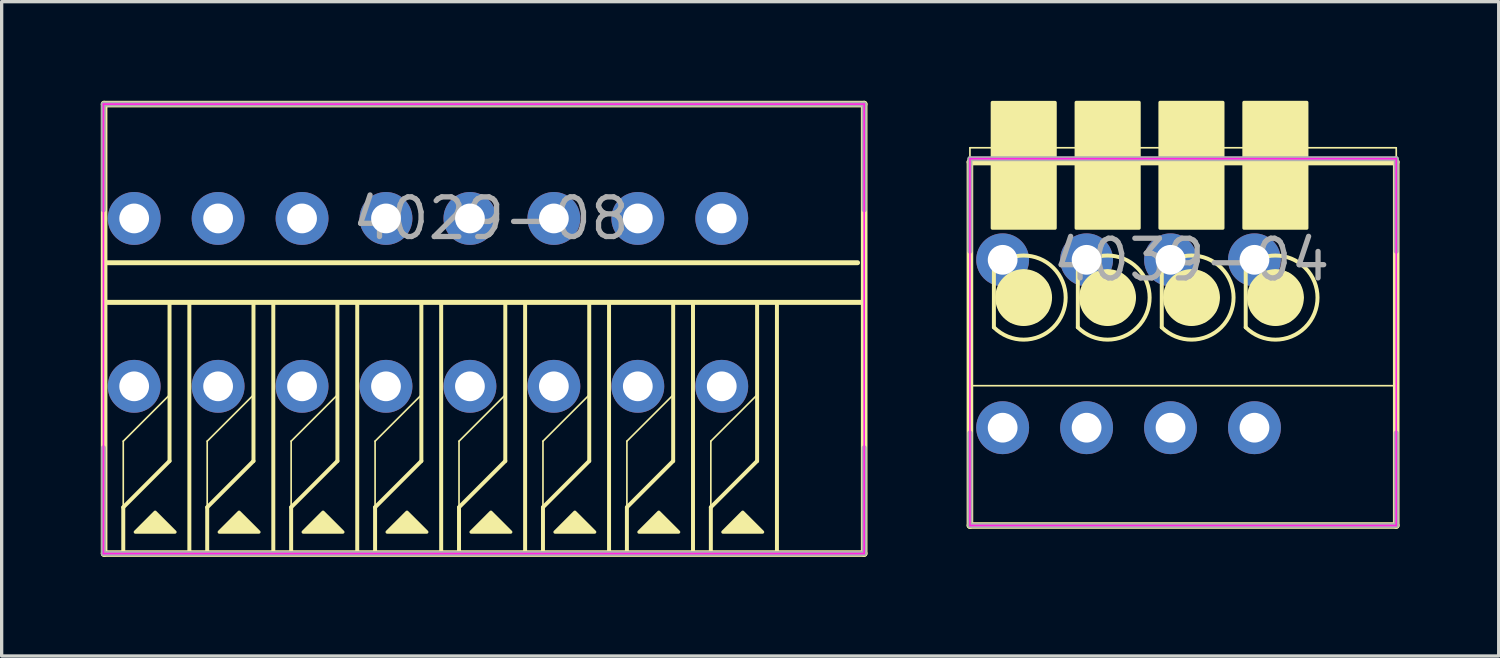
<source format=kicad_pcb>
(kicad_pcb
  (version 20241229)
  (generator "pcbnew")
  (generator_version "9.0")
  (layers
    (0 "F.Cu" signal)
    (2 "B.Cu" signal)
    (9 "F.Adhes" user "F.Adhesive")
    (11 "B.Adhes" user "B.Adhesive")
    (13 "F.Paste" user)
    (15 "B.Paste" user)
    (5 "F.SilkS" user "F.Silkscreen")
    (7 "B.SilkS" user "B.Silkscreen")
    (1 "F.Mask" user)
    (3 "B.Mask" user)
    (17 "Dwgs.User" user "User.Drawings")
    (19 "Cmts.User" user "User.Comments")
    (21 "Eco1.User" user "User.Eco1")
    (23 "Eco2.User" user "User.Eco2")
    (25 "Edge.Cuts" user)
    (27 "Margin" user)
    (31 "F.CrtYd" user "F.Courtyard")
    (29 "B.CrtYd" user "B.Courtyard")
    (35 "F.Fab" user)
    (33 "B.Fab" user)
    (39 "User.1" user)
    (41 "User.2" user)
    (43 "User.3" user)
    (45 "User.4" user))
  (footprint "4039-04"
    (layer "F.Cu")
    (at 31.1 7.352)
    (property "Reference" "4039-04" (at 1.905 -2.54 0) (layer "F.Fab") (effects (font (size 1.2 1.2) (thickness 0.16))))
    (attr through_hole)
    (fp_line (start -4.8 -5.93) (end 8.1 -5.93) (stroke (width 0.05) (type solid)) (layer "F.SilkS"))
    (fp_line (start -4.8 -5.5) (end -4.8 -5.93) (stroke (width 0.05) (type solid)) (layer "F.SilkS"))
    (fp_line (start -4.8 -5.5) (end -4.8 5.5) (stroke (width 0.2) (type solid)) (layer "F.SilkS"))
    (fp_line (start -4.8 -5.5) (end 8.1 -5.5) (stroke (width 0.2) (type solid)) (layer "F.SilkS"))
    (fp_line (start -4.8 1.27) (end 8.1 1.27) (stroke (width 0.05) (type solid)) (layer "F.SilkS"))
    (fp_line (start -4.8 5.5) (end 8.1 5.5) (stroke (width 0.2) (type solid)) (layer "F.SilkS"))
    (fp_line (start -4.075 -2.297) (end -4.075 -0.497) (stroke (width 0.12) (type solid)) (layer "F.SilkS"))
    (fp_line (start -1.535 -2.297) (end -1.535 -0.497) (stroke (width 0.12) (type solid)) (layer "F.SilkS"))
    (fp_line (start 1.005 -2.297) (end 1.005 -0.497) (stroke (width 0.12) (type solid)) (layer "F.SilkS"))
    (fp_line (start 3.545 -2.297) (end 3.545 -0.497) (stroke (width 0.12) (type solid)) (layer "F.SilkS"))
    (fp_line (start 8.1 -5.5) (end 8.1 -5.93) (stroke (width 0.05) (type solid)) (layer "F.SilkS"))
    (fp_line (start 8.1 -5.5) (end 8.1 5.5) (stroke (width 0.2) (type solid)) (layer "F.SilkS"))
    (fp_arc (start -4.074999 -2.296999) (mid -1.902209 -1.397) (end -4.074999 -0.497001) (stroke (width 0.12) (type solid)) (layer "F.SilkS"))
    (fp_arc (start -1.534999 -2.296999) (mid 0.637791 -1.397) (end -1.534999 -0.497001) (stroke (width 0.12) (type solid)) (layer "F.SilkS"))
    (fp_arc (start 1.005001 -2.296999) (mid 3.177791 -1.397) (end 1.005001 -0.497001) (stroke (width 0.12) (type solid)) (layer "F.SilkS"))
    (fp_arc (start 3.545001 -2.296999) (mid 5.717791 -1.397) (end 3.545001 -0.497001) (stroke (width 0.12) (type solid)) (layer "F.SilkS"))
    (fp_circle (center -3.175 -1.397) (end -2.375 -1.397) (stroke (width 0.12) (type solid)) (fill no) (layer "F.SilkS"))
    (fp_circle (center -0.635 -1.397) (end 0.165 -1.397) (stroke (width 0.12) (type solid)) (fill no) (layer "F.SilkS"))
    (fp_circle (center 1.905 -1.397) (end 2.705 -1.397) (stroke (width 0.12) (type solid)) (fill no) (layer "F.SilkS"))
    (fp_circle (center 4.445 -1.397) (end 5.245 -1.397) (stroke (width 0.12) (type solid)) (fill no) (layer "F.SilkS"))
    (fp_poly (pts (xy -2.223 -3.5) (xy -4.122 -3.5) (xy -4.122 -7.3) (xy -2.223 -7.3)) (stroke (width 0.1) (type solid)) (fill yes) (layer "F.SilkS"))
    (fp_poly (pts (xy 0.318 -3.5) (xy -1.583 -3.5) (xy -1.583 -7.302) (xy 0.318 -7.302)) (stroke (width 0.1) (type solid)) (fill yes) (layer "F.SilkS"))
    (fp_poly (pts (xy 2.853 -3.5) (xy 0.953 -3.5) (xy 0.953 -7.302) (xy 2.853 -7.302)) (stroke (width 0.1) (type solid)) (fill yes) (layer "F.SilkS"))
    (fp_poly (pts (xy 5.393 -3.5) (xy 3.493 -3.5) (xy 3.493 -7.302) (xy 5.393 -7.302)) (stroke (width 0.1) (type solid)) (fill yes) (layer "F.SilkS"))
    (fp_poly (pts (xy -2.775 -2.097) (xy -2.475 -1.797) (xy -2.375 -1.397) (xy -2.475 -0.997) (xy -2.775 -0.697) (xy -3.175 -0.597) (xy -3.575 -0.697) (xy -3.875 -0.997) (xy -3.975 -1.397) (xy -3.875 -1.797) (xy -3.575 -2.097) (xy -3.175 -2.197)) (stroke (width 0.1) (type solid)) (fill yes) (layer "F.SilkS"))
    (fp_poly (pts (xy -0.235 -2.097) (xy 0.065 -1.797) (xy 0.165 -1.397) (xy 0.065 -0.997) (xy -0.235 -0.697) (xy -0.635 -0.597) (xy -1.035 -0.697) (xy -1.335 -0.997) (xy -1.435 -1.397) (xy -1.335 -1.797) (xy -1.035 -2.097) (xy -0.635 -2.197)) (stroke (width 0.1) (type solid)) (fill yes) (layer "F.SilkS"))
    (fp_poly (pts (xy 2.305 -2.097) (xy 2.605 -1.797) (xy 2.705 -1.397) (xy 2.605 -0.997) (xy 2.305 -0.697) (xy 1.905 -0.597) (xy 1.505 -0.697) (xy 1.205 -0.997) (xy 1.105 -1.397) (xy 1.205 -1.797) (xy 1.505 -2.097) (xy 1.905 -2.197)) (stroke (width 0.1) (type solid)) (fill yes) (layer "F.SilkS"))
    (fp_poly (pts (xy 4.845 -2.097) (xy 5.145 -1.797) (xy 5.245 -1.397) (xy 5.145 -0.997) (xy 4.845 -0.697) (xy 4.445 -0.597) (xy 4.045 -0.697) (xy 3.745 -0.997) (xy 3.645 -1.397) (xy 3.745 -1.797) (xy 4.045 -2.097) (xy 4.445 -2.197)) (stroke (width 0.1) (type solid)) (fill yes) (layer "F.SilkS"))
    (fp_line (start -4.8 -5.6) (end 8.1 -5.6) (stroke (width 0.05) (type solid)) (layer "F.CrtYd"))
    (fp_line (start -4.8 5.5) (end -4.8 -5.6) (stroke (width 0.05) (type solid)) (layer "F.CrtYd"))
    (fp_line (start -4.8 5.5) (end 8.1 5.5) (stroke (width 0.05) (type solid)) (layer "F.CrtYd"))
    (fp_line (start 8.1 5.5) (end 8.1 -5.6) (stroke (width 0.05) (type solid)) (layer "F.CrtYd"))
    (fp_line (start -4.8 -5.6) (end -4.8 -2.8) (stroke (width 0.15) (type solid)) (layer "F.Fab"))
    (fp_line (start -4.8 -5.6) (end 8.1 -5.6) (stroke (width 0.15) (type solid)) (layer "F.Fab"))
    (fp_line (start -4.8 2.7) (end -4.8 5.5) (stroke (width 0.15) (type solid)) (layer "F.Fab"))
    (fp_line (start -4.8 5.5) (end 8.1 5.5) (stroke (width 0.15) (type solid)) (layer "F.Fab"))
    (fp_line (start 8.1 -5.6) (end 8.1 -2.8) (stroke (width 0.15) (type solid)) (layer "F.Fab"))
    (fp_line (start 8.1 2.7) (end 8.1 5.5) (stroke (width 0.15) (type solid)) (layer "F.Fab"))
    (pad "1" thru_hole circle (at 3.81 -2.54) (size 1.6 1.6) (drill 0.9) (layers "*.Cu" "*.Mask"))
    (pad "1" thru_hole circle (at 3.81 2.54) (size 1.6 1.6) (drill 0.9) (layers "*.Cu" "*.Mask"))
    (pad "2" thru_hole circle (at 1.27 -2.54) (size 1.6 1.6) (drill 0.9) (layers "*.Cu" "*.Mask"))
    (pad "2" thru_hole circle (at 1.27 2.54) (size 1.6 1.6) (drill 0.9) (layers "*.Cu" "*.Mask"))
    (pad "3" thru_hole circle (at -1.27 -2.54) (size 1.6 1.6) (drill 0.9) (layers "*.Cu" "*.Mask"))
    (pad "3" thru_hole circle (at -1.27 2.54) (size 1.6 1.6) (drill 0.9) (layers "*.Cu" "*.Mask"))
    (pad "4" thru_hole circle (at -3.81 -2.54) (size 1.6 1.6) (drill 0.9) (layers "*.Cu" "*.Mask"))
    (pad "4" thru_hole circle (at -3.81 2.54) (size 1.6 1.6) (drill 0.9) (layers "*.Cu" "*.Mask")))
  (footprint "4029-08"
    (layer "F.Cu")
    (at 9.9 6.1)
    (property "Reference" "4029-08" (at 1.905 -2.54 0) (layer "F.Fab") (effects (font (size 1.2 1.2) (thickness 0.16))))
    (attr through_hole)
    (fp_line (start -9.8 -6) (end -9.8 7.6) (stroke (width 0.2) (type solid)) (layer "F.SilkS"))
    (fp_line (start -9.8 -6) (end 13.2 -6) (stroke (width 0.2) (type solid)) (layer "F.SilkS"))
    (fp_line (start -9.8 -1.2) (end 13 -1.2) (stroke (width 0.15) (type solid)) (layer "F.SilkS"))
    (fp_line (start -9.8 0) (end 13.2 0) (stroke (width 0.15) (type solid)) (layer "F.SilkS"))
    (fp_line (start -9.8 7.6) (end 13.2 7.6) (stroke (width 0.2) (type solid)) (layer "F.SilkS"))
    (fp_line (start -9.22 4.2) (end -7.82 2.8) (stroke (width 0.05) (type solid)) (layer "F.SilkS"))
    (fp_line (start -9.22 6.2) (end -9.22 4.2) (stroke (width 0.05) (type solid)) (layer "F.SilkS"))
    (fp_line (start -9.22 6.2) (end -7.82 4.8) (stroke (width 0.12) (type solid)) (layer "F.SilkS"))
    (fp_line (start -9.22 7.6) (end -9.22 6.2) (stroke (width 0.12) (type solid)) (layer "F.SilkS"))
    (fp_line (start -7.82 4.8) (end -7.82 0) (stroke (width 0.12) (type solid)) (layer "F.SilkS"))
    (fp_line (start -7.22 0) (end -7.22 7.6) (stroke (width 0.12) (type solid)) (layer "F.SilkS"))
    (fp_line (start -6.68 4.2) (end -5.28 2.8) (stroke (width 0.05) (type solid)) (layer "F.SilkS"))
    (fp_line (start -6.68 6.2) (end -6.68 4.2) (stroke (width 0.05) (type solid)) (layer "F.SilkS"))
    (fp_line (start -6.68 6.2) (end -5.28 4.8) (stroke (width 0.12) (type solid)) (layer "F.SilkS"))
    (fp_line (start -6.68 7.6) (end -6.68 6.2) (stroke (width 0.12) (type solid)) (layer "F.SilkS"))
    (fp_line (start -5.28 4.8) (end -5.28 0) (stroke (width 0.12) (type solid)) (layer "F.SilkS"))
    (fp_line (start -4.68 0) (end -4.68 7.6) (stroke (width 0.12) (type solid)) (layer "F.SilkS"))
    (fp_line (start -4.14 4.2) (end -2.74 2.8) (stroke (width 0.05) (type solid)) (layer "F.SilkS"))
    (fp_line (start -4.14 6.2) (end -4.14 4.2) (stroke (width 0.05) (type solid)) (layer "F.SilkS"))
    (fp_line (start -4.14 6.2) (end -2.74 4.8) (stroke (width 0.12) (type solid)) (layer "F.SilkS"))
    (fp_line (start -4.14 7.6) (end -4.14 6.2) (stroke (width 0.12) (type solid)) (layer "F.SilkS"))
    (fp_line (start -2.74 4.8) (end -2.74 0) (stroke (width 0.12) (type solid)) (layer "F.SilkS"))
    (fp_line (start -2.14 0) (end -2.14 7.6) (stroke (width 0.12) (type solid)) (layer "F.SilkS"))
    (fp_line (start -1.6 4.2) (end -0.2 2.8) (stroke (width 0.05) (type solid)) (layer "F.SilkS"))
    (fp_line (start -1.6 6.2) (end -1.6 4.2) (stroke (width 0.05) (type solid)) (layer "F.SilkS"))
    (fp_line (start -1.6 6.2) (end -0.2 4.8) (stroke (width 0.12) (type solid)) (layer "F.SilkS"))
    (fp_line (start -1.6 7.6) (end -1.6 6.2) (stroke (width 0.12) (type solid)) (layer "F.SilkS"))
    (fp_line (start -0.2 4.8) (end -0.2 0) (stroke (width 0.12) (type solid)) (layer "F.SilkS"))
    (fp_line (start 0.4 0) (end 0.4 7.6) (stroke (width 0.12) (type solid)) (layer "F.SilkS"))
    (fp_line (start 0.94 4.2) (end 2.34 2.8) (stroke (width 0.05) (type solid)) (layer "F.SilkS"))
    (fp_line (start 0.94 6.2) (end 0.94 4.2) (stroke (width 0.05) (type solid)) (layer "F.SilkS"))
    (fp_line (start 0.94 6.2) (end 2.34 4.8) (stroke (width 0.12) (type solid)) (layer "F.SilkS"))
    (fp_line (start 0.94 7.6) (end 0.94 6.2) (stroke (width 0.12) (type solid)) (layer "F.SilkS"))
    (fp_line (start 2.34 4.8) (end 2.34 0) (stroke (width 0.12) (type solid)) (layer "F.SilkS"))
    (fp_line (start 2.94 0) (end 2.94 7.6) (stroke (width 0.12) (type solid)) (layer "F.SilkS"))
    (fp_line (start 3.48 4.2) (end 4.88 2.8) (stroke (width 0.05) (type solid)) (layer "F.SilkS"))
    (fp_line (start 3.48 6.2) (end 3.48 4.2) (stroke (width 0.05) (type solid)) (layer "F.SilkS"))
    (fp_line (start 3.48 6.2) (end 4.88 4.8) (stroke (width 0.12) (type solid)) (layer "F.SilkS"))
    (fp_line (start 3.48 7.6) (end 3.48 6.2) (stroke (width 0.12) (type solid)) (layer "F.SilkS"))
    (fp_line (start 4.88 4.8) (end 4.88 0) (stroke (width 0.12) (type solid)) (layer "F.SilkS"))
    (fp_line (start 5.48 0) (end 5.48 7.6) (stroke (width 0.12) (type solid)) (layer "F.SilkS"))
    (fp_line (start 6.02 4.2) (end 7.42 2.8) (stroke (width 0.05) (type solid)) (layer "F.SilkS"))
    (fp_line (start 6.02 6.2) (end 6.02 4.2) (stroke (width 0.05) (type solid)) (layer "F.SilkS"))
    (fp_line (start 6.02 6.2) (end 7.42 4.8) (stroke (width 0.12) (type solid)) (layer "F.SilkS"))
    (fp_line (start 6.02 7.6) (end 6.02 6.2) (stroke (width 0.12) (type solid)) (layer "F.SilkS"))
    (fp_line (start 7.42 4.8) (end 7.42 0) (stroke (width 0.12) (type solid)) (layer "F.SilkS"))
    (fp_line (start 8.02 0) (end 8.02 7.6) (stroke (width 0.12) (type solid)) (layer "F.SilkS"))
    (fp_line (start 8.56 4.2) (end 9.96 2.8) (stroke (width 0.05) (type solid)) (layer "F.SilkS"))
    (fp_line (start 8.56 6.2) (end 8.56 4.2) (stroke (width 0.05) (type solid)) (layer "F.SilkS"))
    (fp_line (start 8.56 6.2) (end 9.96 4.8) (stroke (width 0.12) (type solid)) (layer "F.SilkS"))
    (fp_line (start 8.56 7.6) (end 8.56 6.2) (stroke (width 0.12) (type solid)) (layer "F.SilkS"))
    (fp_line (start 9.96 4.8) (end 9.96 0) (stroke (width 0.12) (type solid)) (layer "F.SilkS"))
    (fp_line (start 10.56 0) (end 10.56 7.6) (stroke (width 0.12) (type solid)) (layer "F.SilkS"))
    (fp_line (start 13.2 -6) (end 13.2 7.6) (stroke (width 0.2) (type solid)) (layer "F.SilkS"))
    (fp_poly (pts (xy -7.655 6.95) (xy -8.855 6.95) (xy -8.255 6.35)) (stroke (width 0.1) (type solid)) (fill yes) (layer "F.SilkS"))
    (fp_poly (pts (xy -5.115 6.95) (xy -6.315 6.95) (xy -5.715 6.35)) (stroke (width 0.1) (type solid)) (fill yes) (layer "F.SilkS"))
    (fp_poly (pts (xy -2.575 6.95) (xy -3.775 6.95) (xy -3.175 6.35)) (stroke (width 0.1) (type solid)) (fill yes) (layer "F.SilkS"))
    (fp_poly (pts (xy -0.035 6.95) (xy -1.235 6.95) (xy -0.635 6.35)) (stroke (width 0.1) (type solid)) (fill yes) (layer "F.SilkS"))
    (fp_poly (pts (xy 2.505 6.95) (xy 1.305 6.95) (xy 1.905 6.35)) (stroke (width 0.1) (type solid)) (fill yes) (layer "F.SilkS"))
    (fp_poly (pts (xy 5.045 6.95) (xy 3.845 6.95) (xy 4.445 6.35)) (stroke (width 0.1) (type solid)) (fill yes) (layer "F.SilkS"))
    (fp_poly (pts (xy 7.585 6.95) (xy 6.385 6.95) (xy 6.985 6.35)) (stroke (width 0.1) (type solid)) (fill yes) (layer "F.SilkS"))
    (fp_poly (pts (xy 10.125 6.95) (xy 8.925 6.95) (xy 9.525 6.35)) (stroke (width 0.1) (type solid)) (fill yes) (layer "F.SilkS"))
    (fp_line (start -9.82 -6) (end 13.2 -6) (stroke (width 0.05) (type solid)) (layer "F.CrtYd"))
    (fp_line (start -9.82 7.6) (end -9.82 -6) (stroke (width 0.05) (type solid)) (layer "F.CrtYd"))
    (fp_line (start -9.82 7.6) (end 13.2 7.6) (stroke (width 0.05) (type solid)) (layer "F.CrtYd"))
    (fp_line (start 13.2 7.6) (end 13.2 -6) (stroke (width 0.05) (type solid)) (layer "F.CrtYd"))
    (fp_line (start -9.82 -6) (end -9.82 -2.8) (stroke (width 0.15) (type solid)) (layer "F.Fab"))
    (fp_line (start -9.82 -6) (end 13.2 -6) (stroke (width 0.15) (type solid)) (layer "F.Fab"))
    (fp_line (start -9.82 4.4) (end -9.82 7.6) (stroke (width 0.15) (type solid)) (layer "F.Fab"))
    (fp_line (start -9.82 7.6) (end 13.2 7.6) (stroke (width 0.15) (type solid)) (layer "F.Fab"))
    (fp_line (start 13.2 -6) (end 13.2 -2.8) (stroke (width 0.15) (type solid)) (layer "F.Fab"))
    (fp_line (start 13.2 4.4) (end 13.2 7.6) (stroke (width 0.15) (type solid)) (layer "F.Fab"))
    (pad "1" thru_hole circle (at -8.89 -2.54) (size 1.6 1.6) (drill 0.9) (layers "*.Cu" "*.Mask"))
    (pad "1" thru_hole circle (at -8.89 2.54) (size 1.6 1.6) (drill 0.9) (layers "*.Cu" "*.Mask"))
    (pad "2" thru_hole circle (at -6.35 -2.54) (size 1.6 1.6) (drill 0.9) (layers "*.Cu" "*.Mask"))
    (pad "2" thru_hole circle (at -6.35 2.54) (size 1.6 1.6) (drill 0.9) (layers "*.Cu" "*.Mask"))
    (pad "3" thru_hole circle (at -3.81 -2.54) (size 1.6 1.6) (drill 0.9) (layers "*.Cu" "*.Mask"))
    (pad "3" thru_hole circle (at -3.81 2.54) (size 1.6 1.6) (drill 0.9) (layers "*.Cu" "*.Mask"))
    (pad "4" thru_hole circle (at -1.27 -2.54) (size 1.6 1.6) (drill 0.9) (layers "*.Cu" "*.Mask"))
    (pad "4" thru_hole circle (at -1.27 2.54) (size 1.6 1.6) (drill 0.9) (layers "*.Cu" "*.Mask"))
    (pad "5" thru_hole circle (at 1.27 -2.54) (size 1.6 1.6) (drill 0.9) (layers "*.Cu" "*.Mask"))
    (pad "5" thru_hole circle (at 1.27 2.54) (size 1.6 1.6) (drill 0.9) (layers "*.Cu" "*.Mask"))
    (pad "6" thru_hole circle (at 3.81 -2.54) (size 1.6 1.6) (drill 0.9) (layers "*.Cu" "*.Mask"))
    (pad "6" thru_hole circle (at 3.81 2.54) (size 1.6 1.6) (drill 0.9) (layers "*.Cu" "*.Mask"))
    (pad "7" thru_hole circle (at 6.35 -2.54) (size 1.6 1.6) (drill 0.9) (layers "*.Cu" "*.Mask"))
    (pad "7" thru_hole circle (at 6.35 2.54) (size 1.6 1.6) (drill 0.9) (layers "*.Cu" "*.Mask"))
    (pad "8" thru_hole circle (at 8.89 -2.54) (size 1.6 1.6) (drill 0.9) (layers "*.Cu" "*.Mask"))
    (pad "8" thru_hole circle (at 8.89 2.54) (size 1.6 1.6) (drill 0.9) (layers "*.Cu" "*.Mask")))
  (gr_rect
    (start -3 -3)
    (end 42.3 16.8)
    (stroke (width 0.1) (type default))
    (fill no)
    (layer "Edge.Cuts")))
</source>
